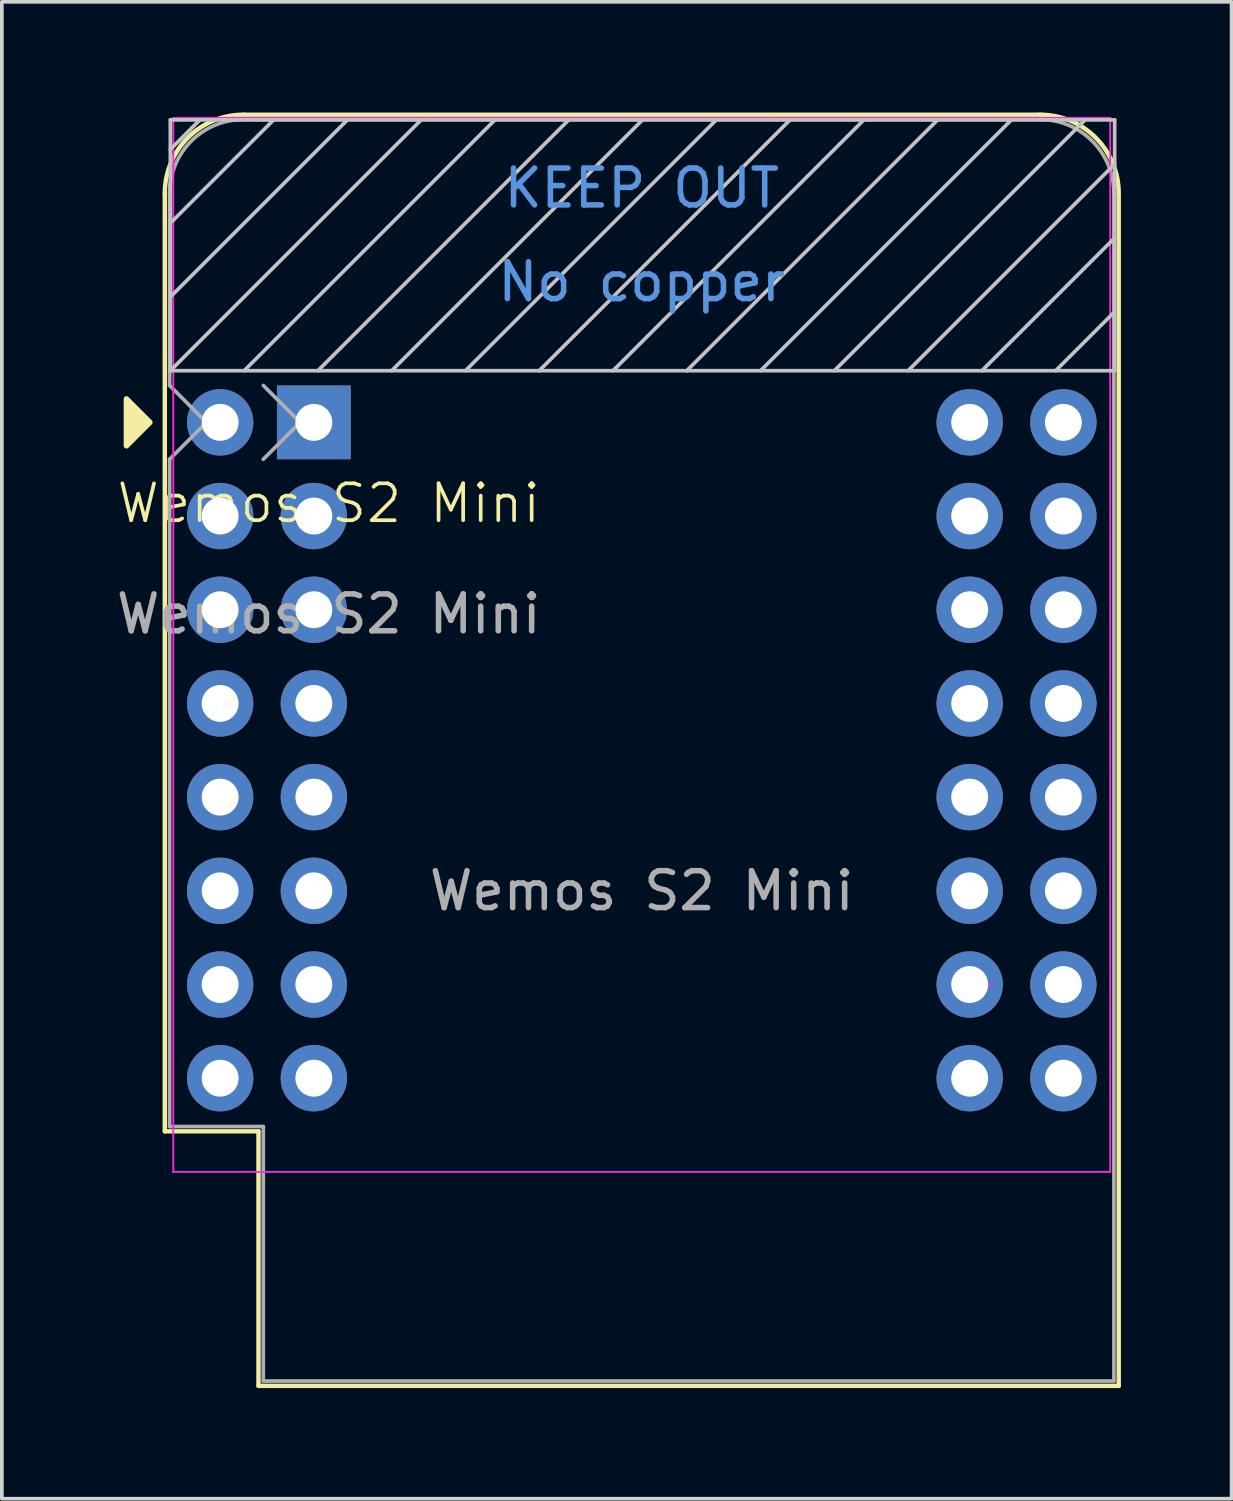
<source format=kicad_pcb>
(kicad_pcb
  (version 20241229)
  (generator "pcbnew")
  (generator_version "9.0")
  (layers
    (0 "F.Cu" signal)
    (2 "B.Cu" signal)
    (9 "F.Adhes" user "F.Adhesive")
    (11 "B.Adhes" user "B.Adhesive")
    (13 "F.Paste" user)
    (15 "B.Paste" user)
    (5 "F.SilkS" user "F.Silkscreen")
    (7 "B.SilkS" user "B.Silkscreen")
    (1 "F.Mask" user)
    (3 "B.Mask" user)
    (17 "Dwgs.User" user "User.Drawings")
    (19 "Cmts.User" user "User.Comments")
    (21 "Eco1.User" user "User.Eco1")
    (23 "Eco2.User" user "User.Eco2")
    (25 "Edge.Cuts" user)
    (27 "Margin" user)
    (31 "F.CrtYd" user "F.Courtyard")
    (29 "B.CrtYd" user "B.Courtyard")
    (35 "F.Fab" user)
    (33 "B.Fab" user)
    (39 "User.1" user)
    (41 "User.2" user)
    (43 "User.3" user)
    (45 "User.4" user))
  (footprint "Wemos S2 Mini"
    (layer "F.Cu")
    (at 5.863 11.095)
    (property "Reference" "Wemos S2 Mini" (at 0 -0.5 0) (unlocked yes) (layer "F.SilkS") (effects (font (size 1 1) (thickness 0.1))))
    (attr through_hole)
    (fp_line (start -4.445 16.525) (end -4.445 -8.905) (stroke (width 0.12) (type solid)) (layer "F.SilkS"))
    (fp_line (start -4.445 16.525) (end -1.905 16.525) (stroke (width 0.12) (type solid)) (layer "F.SilkS"))
    (fp_line (start -1.905 16.525) (end -1.905 23.425) (stroke (width 0.12) (type solid)) (layer "F.SilkS"))
    (fp_line (start -1.905 23.425) (end 21.415 23.425) (stroke (width 0.12) (type solid)) (layer "F.SilkS"))
    (fp_line (start 19.295 -11.035) (end -2.315 -11.035) (stroke (width 0.12) (type solid)) (layer "F.SilkS"))
    (fp_line (start 21.415 23.425) (end 21.415 -8.905) (stroke (width 0.12) (type solid)) (layer "F.SilkS"))
    (fp_arc (start -4.445 -8.905) (mid -3.821137 -10.411137) (end -2.315 -11.035) (stroke (width 0.12) (type solid)) (layer "F.SilkS"))
    (fp_arc (start 19.285 -11.035) (mid 20.791137 -10.411137) (end 21.415 -8.905) (stroke (width 0.12) (type solid)) (layer "F.SilkS"))
    (fp_poly (pts (xy -5.485 -3.33) (xy -5.485 -2.06) (xy -4.85 -2.695)) (stroke (width 0.15) (type solid)) (fill yes) (layer "F.SilkS"))
    (fp_line (start -4.295 -10.895) (end -4.295 -4.095) (stroke (width 0.1) (type solid)) (layer "Dwgs.User"))
    (fp_line (start -4.295 -10.095) (end -3.495 -10.895) (stroke (width 0.1) (type solid)) (layer "Dwgs.User"))
    (fp_line (start -4.295 -6.095) (end 0.505 -10.895) (stroke (width 0.1) (type solid)) (layer "Dwgs.User"))
    (fp_line (start -4.295 -4.095) (end 2.505 -10.895) (stroke (width 0.1) (type solid)) (layer "Dwgs.User"))
    (fp_line (start -4.295 -4.095) (end 21.305 -4.095) (stroke (width 0.1) (type solid)) (layer "Dwgs.User"))
    (fp_line (start -4.245 -8.145) (end -1.495 -10.895) (stroke (width 0.1) (type solid)) (layer "Dwgs.User"))
    (fp_line (start -2.295 -4.095) (end 4.505 -10.895) (stroke (width 0.1) (type solid)) (layer "Dwgs.User"))
    (fp_line (start -0.295 -4.095) (end 6.505 -10.895) (stroke (width 0.1) (type solid)) (layer "Dwgs.User"))
    (fp_line (start 1.705 -4.095) (end 8.505 -10.895) (stroke (width 0.1) (type solid)) (layer "Dwgs.User"))
    (fp_line (start 3.705 -4.095) (end 10.505 -10.895) (stroke (width 0.1) (type solid)) (layer "Dwgs.User"))
    (fp_line (start 5.705 -4.095) (end 12.505 -10.895) (stroke (width 0.1) (type solid)) (layer "Dwgs.User"))
    (fp_line (start 7.705 -4.095) (end 14.505 -10.895) (stroke (width 0.1) (type solid)) (layer "Dwgs.User"))
    (fp_line (start 9.705 -4.095) (end 16.505 -10.895) (stroke (width 0.1) (type solid)) (layer "Dwgs.User"))
    (fp_line (start 11.705 -4.095) (end 18.505 -10.895) (stroke (width 0.1) (type solid)) (layer "Dwgs.User"))
    (fp_line (start 13.705 -4.095) (end 20.505 -10.895) (stroke (width 0.1) (type solid)) (layer "Dwgs.User"))
    (fp_line (start 15.705 -4.095) (end 21.305 -9.695) (stroke (width 0.1) (type solid)) (layer "Dwgs.User"))
    (fp_line (start 17.705 -4.095) (end 21.305 -7.695) (stroke (width 0.1) (type solid)) (layer "Dwgs.User"))
    (fp_line (start 19.705 -4.095) (end 21.305 -5.695) (stroke (width 0.1) (type solid)) (layer "Dwgs.User"))
    (fp_line (start 21.305 -10.895) (end -4.295 -10.895) (stroke (width 0.1) (type solid)) (layer "Dwgs.User"))
    (fp_line (start 21.305 -4.095) (end 21.305 -10.895) (stroke (width 0.1) (type solid)) (layer "Dwgs.User"))
    (fp_line (start -4.215 -10.95) (end 21.185 -10.95) (stroke (width 0.05) (type default)) (layer "F.CrtYd"))
    (fp_line (start -4.215 17.625) (end -4.215 -10.95) (stroke (width 0.05) (type default)) (layer "F.CrtYd"))
    (fp_line (start 18.01 12.545) (end 17.375 12.545) (stroke (width 0.05) (type default)) (layer "F.CrtYd"))
    (fp_line (start 21.185 -10.95) (end 21.185 17.625) (stroke (width 0.05) (type default)) (layer "F.CrtYd"))
    (fp_line (start 21.185 17.625) (end -4.215 17.625) (stroke (width 0.05) (type default)) (layer "F.CrtYd"))
    (fp_line (start -4.315 -8.905) (end -4.315 -3.695) (stroke (width 0.1) (type solid)) (layer "F.Fab"))
    (fp_line (start -4.315 -1.695) (end -4.315 16.395) (stroke (width 0.1) (type solid)) (layer "F.Fab"))
    (fp_line (start -4.315 -1.695) (end -3.315 -2.695) (stroke (width 0.1) (type solid)) (layer "F.Fab"))
    (fp_line (start -4.315 16.395) (end -1.775 16.395) (stroke (width 0.1) (type solid)) (layer "F.Fab"))
    (fp_line (start -3.315 -2.695) (end -4.315 -3.695) (stroke (width 0.1) (type solid)) (layer "F.Fab"))
    (fp_line (start -1.775 -1.695) (end -0.775 -2.695) (stroke (width 0.1) (type solid)) (layer "F.Fab"))
    (fp_line (start -1.775 16.395) (end -1.775 23.295) (stroke (width 0.1) (type solid)) (layer "F.Fab"))
    (fp_line (start -1.775 23.295) (end 21.285 23.295) (stroke (width 0.1) (type solid)) (layer "F.Fab"))
    (fp_line (start -0.775 -2.695) (end -1.775 -3.695) (stroke (width 0.1) (type solid)) (layer "F.Fab"))
    (fp_line (start 19.285 -10.905) (end -2.315 -10.905) (stroke (width 0.1) (type solid)) (layer "F.Fab"))
    (fp_line (start 21.285 23.295) (end 21.285 -8.905) (stroke (width 0.1) (type solid)) (layer "F.Fab"))
    (fp_arc (start -4.315 -8.905) (mid -3.729214 -10.319214) (end -2.315 -10.905) (stroke (width 0.1) (type solid)) (layer "F.Fab"))
    (fp_arc (start 19.305 -10.905) (mid 20.713356 -10.305071) (end 21.285 -8.885) (stroke (width 0.1) (type solid)) (layer "F.Fab"))
    (fp_text user "No copper" (at 8.485 -6.505 0) (layer "Cmts.User") (effects (font (size 1 1) (thickness 0.15))))
    (fp_text user "KEEP OUT" (at 8.485 -9.045 0) (layer "Cmts.User") (effects (font (size 1 1) (thickness 0.15))))
    (fp_text user "${REFERENCE}" (at 8.485 10.005 0) (layer "F.Fab") (effects (font (size 1 1) (thickness 0.15))))
    (fp_text user "${REFERENCE}" (at 0 2.5 0) (unlocked yes) (layer "F.Fab") (effects (font (size 1 1) (thickness 0.15))))
    (pad "1" thru_hole rect (at -0.405 -2.695) (size 2 2) (drill 1) (layers "*.Cu" "*.Mask"))
    (pad "2" thru_hole circle (at -0.405 -0.155) (size 1.8 1.8) (drill 1) (layers "*.Cu" "*.Mask"))
    (pad "3" thru_hole circle (at -2.945 -0.155) (size 1.8 1.8) (drill 1) (layers "*.Cu" "*.Mask"))
    (pad "4" thru_hole circle (at -0.405 2.385) (size 1.8 1.8) (drill 1) (layers "*.Cu" "*.Mask"))
    (pad "5" thru_hole circle (at -2.945 2.385) (size 1.8 1.8) (drill 1) (layers "*.Cu" "*.Mask"))
    (pad "6" thru_hole circle (at -0.405 4.925) (size 1.8 1.8) (drill 1) (layers "*.Cu" "*.Mask"))
    (pad "7" thru_hole circle (at -2.945 4.925) (size 1.8 1.8) (drill 1) (layers "*.Cu" "*.Mask"))
    (pad "8" thru_hole circle (at -0.405 7.465) (size 1.8 1.8) (drill 1) (layers "*.Cu" "*.Mask"))
    (pad "9" thru_hole circle (at -2.945 7.465) (size 1.8 1.8) (drill 1) (layers "*.Cu" "*.Mask"))
    (pad "10" thru_hole circle (at -0.405 10.005) (size 1.8 1.8) (drill 1) (layers "*.Cu" "*.Mask"))
    (pad "11" thru_hole circle (at -2.945 10.005) (size 1.8 1.8) (drill 1) (layers "*.Cu" "*.Mask"))
    (pad "12" thru_hole circle (at -2.945 12.545) (size 1.8 1.8) (drill 1) (layers "*.Cu" "*.Mask"))
    (pad "13" thru_hole circle (at -0.405 12.545) (size 1.8 1.8) (drill 1) (layers "*.Cu" "*.Mask"))
    (pad "14" thru_hole circle (at -0.405 15.085) (size 1.8 1.8) (drill 1) (layers "*.Cu" "*.Mask"))
    (pad "15" thru_hole circle (at 17.375 15.085) (size 1.8 1.8) (drill 1) (layers "*.Cu" "*.Mask"))
    (pad "16" thru_hole circle (at 19.915 10.005) (size 1.8 1.8) (drill 1) (layers "*.Cu" "*.Mask"))
    (pad "17" thru_hole circle (at 17.375 10.005) (size 1.8 1.8) (drill 1) (layers "*.Cu" "*.Mask"))
    (pad "18" thru_hole circle (at 19.915 7.465) (size 1.8 1.8) (drill 1) (layers "*.Cu" "*.Mask"))
    (pad "21" thru_hole circle (at 17.375 7.465) (size 1.8 1.8) (drill 1) (layers "*.Cu" "*.Mask"))
    (pad "33" thru_hole circle (at 19.915 4.925) (size 1.8 1.8) (drill 1) (layers "*.Cu" "*.Mask"))
    (pad "34" thru_hole circle (at 17.375 4.925) (size 1.8 1.8) (drill 1) (layers "*.Cu" "*.Mask"))
    (pad "35" thru_hole circle (at 19.915 2.385) (size 1.8 1.8) (drill 1) (layers "*.Cu" "*.Mask"))
    (pad "36" thru_hole circle (at 17.375 2.385) (size 1.8 1.8) (drill 1) (layers "*.Cu" "*.Mask"))
    (pad "37" thru_hole circle (at 19.915 -0.155) (size 1.8 1.8) (drill 1) (layers "*.Cu" "*.Mask"))
    (pad "38" thru_hole circle (at 17.375 -0.155) (size 1.8 1.8) (drill 1) (layers "*.Cu" "*.Mask"))
    (pad "39" thru_hole circle (at 19.915 -2.695) (size 1.8 1.8) (drill 1) (layers "*.Cu" "*.Mask"))
    (pad "40" thru_hole circle (at 17.375 -2.695) (size 1.8 1.8) (drill 1) (layers "*.Cu" "*.Mask"))
    (pad "50" thru_hole circle (at -2.945 15.085) (size 1.8 1.8) (drill 1) (layers "*.Cu" "*.Mask"))
    (pad "51" thru_hole circle (at 19.915 15.085) (size 1.8 1.8) (drill 1) (layers "*.Cu" "*.Mask"))
    (pad "52" thru_hole circle (at -2.945 -2.695) (size 1.8 1.8) (drill 1) (layers "*.Cu" "*.Mask"))
    (pad "53" thru_hole circle (at 17.375 12.545) (size 1.8 1.8) (drill 1) (layers "*.Cu" "*.Mask"))
    (pad "54" thru_hole circle (at 19.915 12.545) (size 1.8 1.8) (drill 1) (layers "*.Cu" "*.Mask")))
  (gr_rect
    (start -3 -3)
    (end 30.338 37.58)
    (stroke (width 0.1) (type default))
    (fill no)
    (layer "Edge.Cuts")))
</source>
